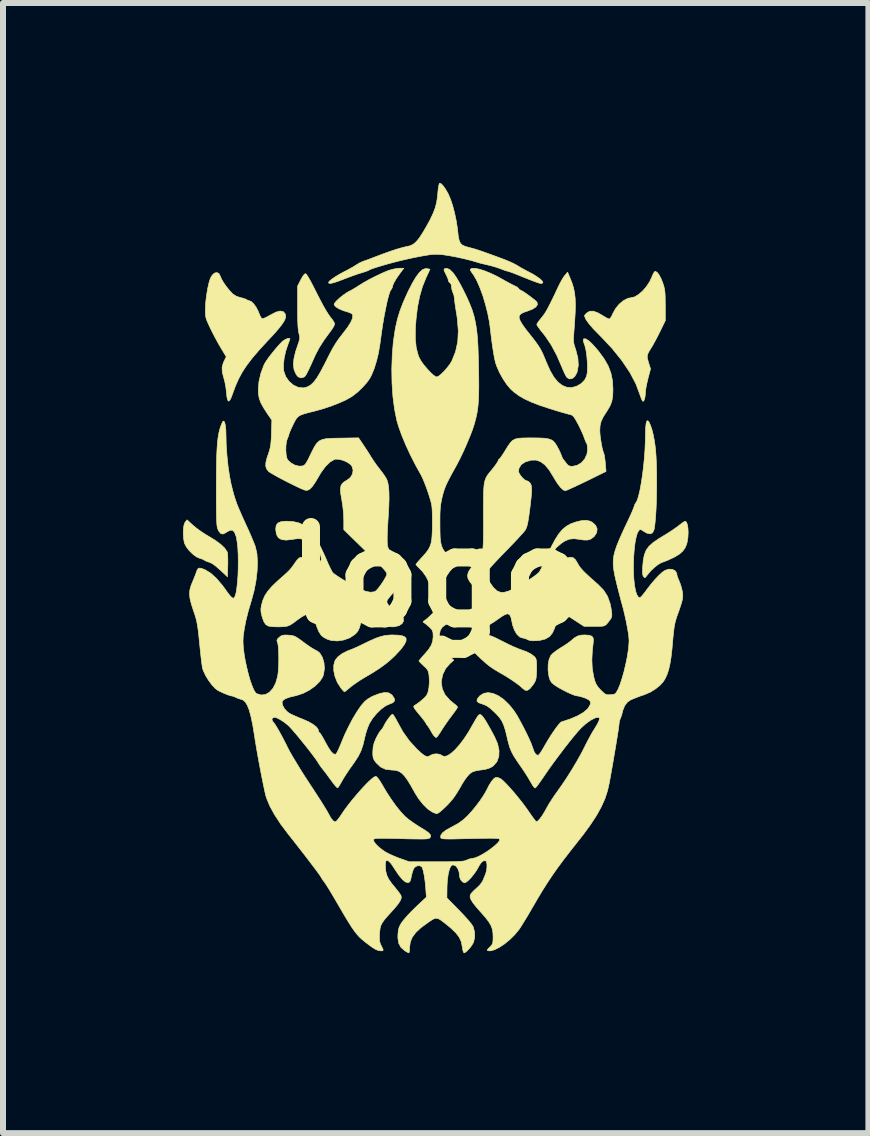
<source format=kicad_pcb>
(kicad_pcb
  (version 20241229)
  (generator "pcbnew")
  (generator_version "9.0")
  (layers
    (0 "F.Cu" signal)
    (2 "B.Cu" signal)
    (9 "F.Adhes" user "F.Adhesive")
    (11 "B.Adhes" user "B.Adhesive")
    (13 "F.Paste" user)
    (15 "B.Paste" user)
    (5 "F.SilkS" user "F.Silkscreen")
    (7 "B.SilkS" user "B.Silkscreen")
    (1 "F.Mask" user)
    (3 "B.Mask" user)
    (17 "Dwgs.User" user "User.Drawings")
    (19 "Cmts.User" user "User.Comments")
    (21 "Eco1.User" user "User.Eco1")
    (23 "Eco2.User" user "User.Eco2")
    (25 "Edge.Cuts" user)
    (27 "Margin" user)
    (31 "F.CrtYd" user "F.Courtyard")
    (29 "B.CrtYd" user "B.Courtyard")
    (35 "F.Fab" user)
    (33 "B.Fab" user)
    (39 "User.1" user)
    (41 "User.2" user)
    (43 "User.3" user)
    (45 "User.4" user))
  (footprint "logo"
    (layer "F.Cu")
    (at 4.239 6.57)
    (property "Reference" "logo" (at 0 0 0) (layer "F.SilkS") (effects (font (size 1.524 1.524) (thickness 0.3))))
    (attr through_hole)
    (fp_poly (pts (xy -4.071 -0.862) (xy -4.009 -0.811) (xy -3.931 -0.755) (xy -3.849 -0.702) (xy -3.82 -0.685) (xy -3.703 -0.614) (xy -3.609 -0.545) (xy -3.542 -0.481) (xy -3.504 -0.424) (xy -3.496 -0.401) (xy -3.493 -0.361) (xy -3.491 -0.297) (xy -3.491 -0.221) (xy -3.492 -0.176) (xy -3.497 -0.004) (xy -3.62 -0.119) (xy -3.693 -0.183) (xy -3.753 -0.226) (xy -3.797 -0.246) (xy -3.844 -0.261) (xy -3.878 -0.279) (xy -3.912 -0.298) (xy -3.959 -0.313) (xy -3.96 -0.313) (xy -4.014 -0.337) (xy -4.075 -0.382) (xy -4.134 -0.44) (xy -4.182 -0.502) (xy -4.212 -0.56) (xy -4.215 -0.567) (xy -4.228 -0.64) (xy -4.234 -0.721) (xy -4.232 -0.8) (xy -4.222 -0.867) (xy -4.205 -0.912) (xy -4.202 -0.915) (xy -4.171 -0.954) (xy -4.071 -0.862)) (stroke (width 0.01) (type solid)) (fill yes) (layer "F.SilkS"))
    (fp_poly (pts (xy 4.154 -0.916) (xy 4.17 -0.874) (xy 4.18 -0.813) (xy 4.183 -0.74) (xy 4.179 -0.661) (xy 4.167 -0.585) (xy 4.158 -0.549) (xy 4.132 -0.487) (xy 4.093 -0.433) (xy 4.037 -0.383) (xy 3.958 -0.335) (xy 3.855 -0.286) (xy 3.73 -0.237) (xy 3.681 -0.209) (xy 3.622 -0.162) (xy 3.561 -0.105) (xy 3.509 -0.044) (xy 3.496 -0.027) (xy 3.472 0.004) (xy 3.456 0.009) (xy 3.439 -0.007) (xy 3.427 -0.033) (xy 3.422 -0.077) (xy 3.423 -0.147) (xy 3.425 -0.174) (xy 3.435 -0.286) (xy 3.454 -0.376) (xy 3.484 -0.45) (xy 3.531 -0.514) (xy 3.599 -0.575) (xy 3.691 -0.638) (xy 3.769 -0.686) (xy 3.848 -0.734) (xy 3.927 -0.786) (xy 3.994 -0.833) (xy 4.027 -0.858) (xy 4.075 -0.895) (xy 4.113 -0.921) (xy 4.133 -0.931) (xy 4.133 -0.931) (xy 4.154 -0.916)) (stroke (width 0.01) (type solid)) (fill yes) (layer "F.SilkS"))
    (fp_poly (pts (xy -0.648 0.969) (xy -0.58 0.98) (xy -0.538 0.999) (xy -0.519 1.024) (xy -0.52 1.067) (xy -0.549 1.126) (xy -0.605 1.202) (xy -0.688 1.292) (xy -0.705 1.31) (xy -0.782 1.382) (xy -0.862 1.448) (xy -0.952 1.514) (xy -1.059 1.584) (xy -1.189 1.661) (xy -1.225 1.682) (xy -1.299 1.728) (xy -1.374 1.779) (xy -1.437 1.825) (xy -1.452 1.839) (xy -1.497 1.876) (xy -1.531 1.903) (xy -1.546 1.913) (xy -1.561 1.901) (xy -1.589 1.87) (xy -1.609 1.845) (xy -1.665 1.757) (xy -1.704 1.659) (xy -1.725 1.56) (xy -1.725 1.468) (xy -1.704 1.392) (xy -1.703 1.39) (xy -1.657 1.331) (xy -1.585 1.276) (xy -1.496 1.231) (xy -1.469 1.221) (xy -1.412 1.199) (xy -1.339 1.167) (xy -1.261 1.13) (xy -1.236 1.118) (xy -1.117 1.06) (xy -1.02 1.018) (xy -0.938 0.99) (xy -0.863 0.973) (xy -0.788 0.966) (xy -0.746 0.965) (xy -0.648 0.969)) (stroke (width 0.01) (type solid)) (fill yes) (layer "F.SilkS"))
    (fp_poly (pts (xy 0.803 0.966) (xy 0.846 0.969) (xy 0.885 0.978) (xy 0.929 0.994) (xy 0.986 1.02) (xy 1.062 1.059) (xy 1.094 1.075) (xy 1.18 1.118) (xy 1.265 1.158) (xy 1.34 1.19) (xy 1.396 1.211) (xy 1.402 1.213) (xy 1.492 1.246) (xy 1.568 1.286) (xy 1.623 1.329) (xy 1.643 1.356) (xy 1.653 1.393) (xy 1.657 1.458) (xy 1.657 1.544) (xy 1.657 1.556) (xy 1.653 1.633) (xy 1.648 1.686) (xy 1.638 1.725) (xy 1.621 1.76) (xy 1.594 1.8) (xy 1.591 1.804) (xy 1.543 1.862) (xy 1.502 1.889) (xy 1.464 1.886) (xy 1.424 1.855) (xy 1.422 1.853) (xy 1.38 1.815) (xy 1.315 1.766) (xy 1.234 1.71) (xy 1.145 1.653) (xy 1.054 1.6) (xy 1.033 1.588) (xy 0.954 1.541) (xy 0.882 1.493) (xy 0.812 1.437) (xy 0.733 1.366) (xy 0.663 1.299) (xy 0.587 1.219) (xy 0.529 1.146) (xy 0.492 1.085) (xy 0.478 1.039) (xy 0.48 1.024) (xy 0.506 1.001) (xy 0.56 0.983) (xy 0.638 0.971) (xy 0.734 0.965) (xy 0.75 0.965) (xy 0.803 0.966)) (stroke (width 0.01) (type solid)) (fill yes) (layer "F.SilkS"))
    (fp_poly (pts (xy -2.184 -5.049) (xy -2.158 -5.013) (xy -2.121 -4.949) (xy -2.072 -4.857) (xy -2.012 -4.738) (xy -1.95 -4.617) (xy -1.893 -4.51) (xy -1.842 -4.423) (xy -1.801 -4.36) (xy -1.78 -4.332) (xy -1.743 -4.285) (xy -1.718 -4.243) (xy -1.71 -4.22) (xy -1.72 -4.19) (xy -1.746 -4.144) (xy -1.784 -4.091) (xy -1.787 -4.087) (xy -1.886 -3.952) (xy -1.965 -3.829) (xy -2.029 -3.708) (xy -2.044 -3.675) (xy -2.093 -3.565) (xy -2.131 -3.483) (xy -2.16 -3.423) (xy -2.181 -3.382) (xy -2.197 -3.357) (xy -2.21 -3.342) (xy -2.221 -3.334) (xy -2.272 -3.32) (xy -2.317 -3.338) (xy -2.334 -3.354) (xy -2.359 -3.392) (xy -2.382 -3.446) (xy -2.388 -3.464) (xy -2.398 -3.543) (xy -2.389 -3.64) (xy -2.361 -3.759) (xy -2.325 -3.866) (xy -2.304 -3.929) (xy -2.293 -3.973) (xy -2.293 -4.009) (xy -2.302 -4.049) (xy -2.306 -4.062) (xy -2.315 -4.11) (xy -2.322 -4.183) (xy -2.326 -4.283) (xy -2.328 -4.413) (xy -2.328 -4.496) (xy -2.328 -4.851) (xy -2.276 -4.953) (xy -2.247 -5.005) (xy -2.219 -5.044) (xy -2.199 -5.059) (xy -2.184 -5.049)) (stroke (width 0.01) (type solid)) (fill yes) (layer "F.SilkS"))
    (fp_poly (pts (xy 2.215 -4.984) (xy 2.248 -4.9) (xy 2.273 -4.818) (xy 2.29 -4.734) (xy 2.3 -4.641) (xy 2.303 -4.534) (xy 2.3 -4.408) (xy 2.291 -4.258) (xy 2.284 -4.159) (xy 2.277 -4.064) (xy 2.272 -3.995) (xy 2.272 -3.943) (xy 2.276 -3.902) (xy 2.285 -3.862) (xy 2.3 -3.817) (xy 2.309 -3.789) (xy 2.344 -3.654) (xy 2.352 -3.53) (xy 2.333 -3.422) (xy 2.326 -3.403) (xy 2.292 -3.343) (xy 2.249 -3.309) (xy 2.204 -3.303) (xy 2.163 -3.326) (xy 2.146 -3.352) (xy 2.121 -3.401) (xy 2.093 -3.464) (xy 2.082 -3.491) (xy 1.993 -3.696) (xy 1.9 -3.87) (xy 1.801 -4.017) (xy 1.771 -4.055) (xy 1.724 -4.113) (xy 1.687 -4.163) (xy 1.665 -4.198) (xy 1.659 -4.21) (xy 1.67 -4.233) (xy 1.697 -4.272) (xy 1.735 -4.319) (xy 1.737 -4.321) (xy 1.766 -4.358) (xy 1.796 -4.4) (xy 1.826 -4.45) (xy 1.861 -4.515) (xy 1.902 -4.597) (xy 1.953 -4.701) (xy 2.014 -4.832) (xy 2.015 -4.834) (xy 2.05 -4.904) (xy 2.086 -4.969) (xy 2.118 -5.018) (xy 2.125 -5.026) (xy 2.173 -5.083) (xy 2.215 -4.984)) (stroke (width 0.01) (type solid)) (fill yes) (layer "F.SilkS"))
    (fp_poly (pts (xy 3.665 -5.081) (xy 3.7 -5.036) (xy 3.735 -4.967) (xy 3.762 -4.897) (xy 3.778 -4.847) (xy 3.789 -4.8) (xy 3.796 -4.747) (xy 3.8 -4.68) (xy 3.801 -4.592) (xy 3.802 -4.529) (xy 3.802 -4.275) (xy 3.714 -4.094) (xy 3.673 -4.012) (xy 3.63 -3.931) (xy 3.592 -3.862) (xy 3.569 -3.824) (xy 3.53 -3.761) (xy 3.508 -3.715) (xy 3.5 -3.677) (xy 3.506 -3.634) (xy 3.522 -3.577) (xy 3.523 -3.574) (xy 3.556 -3.47) (xy 3.513 -3.308) (xy 3.495 -3.232) (xy 3.481 -3.162) (xy 3.473 -3.108) (xy 3.471 -3.091) (xy 3.467 -3.025) (xy 3.457 -2.971) (xy 3.443 -2.937) (xy 3.431 -2.929) (xy 3.417 -2.944) (xy 3.399 -2.984) (xy 3.381 -3.035) (xy 3.312 -3.22) (xy 3.211 -3.412) (xy 3.078 -3.609) (xy 2.917 -3.81) (xy 2.726 -4.013) (xy 2.706 -4.033) (xy 2.601 -4.14) (xy 2.525 -4.229) (xy 2.476 -4.299) (xy 2.456 -4.35) (xy 2.455 -4.359) (xy 2.466 -4.375) (xy 2.492 -4.402) (xy 2.541 -4.431) (xy 2.6 -4.433) (xy 2.672 -4.408) (xy 2.741 -4.369) (xy 2.795 -4.336) (xy 2.84 -4.312) (xy 2.866 -4.301) (xy 2.868 -4.301) (xy 2.885 -4.315) (xy 2.909 -4.353) (xy 2.926 -4.391) (xy 2.973 -4.476) (xy 3.035 -4.551) (xy 3.106 -4.61) (xy 3.179 -4.647) (xy 3.233 -4.657) (xy 3.292 -4.671) (xy 3.357 -4.711) (xy 3.425 -4.77) (xy 3.488 -4.843) (xy 3.541 -4.924) (xy 3.575 -4.996) (xy 3.597 -5.048) (xy 3.618 -5.085) (xy 3.633 -5.097) (xy 3.665 -5.081)) (stroke (width 0.01) (type solid)) (fill yes) (layer "F.SilkS"))
    (fp_poly (pts (xy -3.637 -5.057) (xy -3.615 -5.012) (xy -3.615 -5.012) (xy -3.597 -4.969) (xy -3.563 -4.91) (xy -3.517 -4.845) (xy -3.466 -4.781) (xy -3.416 -4.727) (xy -3.409 -4.72) (xy -3.348 -4.681) (xy -3.279 -4.659) (xy -3.227 -4.646) (xy -3.188 -4.631) (xy -3.179 -4.625) (xy -3.146 -4.608) (xy -3.131 -4.606) (xy -3.097 -4.591) (xy -3.058 -4.552) (xy -3.018 -4.496) (xy -2.984 -4.43) (xy -2.973 -4.402) (xy -2.952 -4.352) (xy -2.931 -4.317) (xy -2.92 -4.307) (xy -2.896 -4.311) (xy -2.852 -4.33) (xy -2.797 -4.36) (xy -2.783 -4.368) (xy -2.692 -4.415) (xy -2.621 -4.435) (xy -2.57 -4.427) (xy -2.537 -4.392) (xy -2.533 -4.381) (xy -2.527 -4.348) (xy -2.533 -4.31) (xy -2.554 -4.265) (xy -2.591 -4.209) (xy -2.645 -4.14) (xy -2.72 -4.054) (xy -2.818 -3.949) (xy -2.845 -3.92) (xy -2.977 -3.776) (xy -3.086 -3.648) (xy -3.176 -3.53) (xy -3.25 -3.418) (xy -3.311 -3.304) (xy -3.364 -3.185) (xy -3.405 -3.073) (xy -3.435 -2.993) (xy -3.459 -2.946) (xy -3.479 -2.932) (xy -3.494 -2.951) (xy -3.506 -3.004) (xy -3.514 -3.077) (xy -3.523 -3.159) (xy -3.538 -3.241) (xy -3.555 -3.308) (xy -3.558 -3.318) (xy -3.583 -3.414) (xy -3.587 -3.494) (xy -3.567 -3.57) (xy -3.553 -3.6) (xy -3.517 -3.673) (xy -3.604 -3.816) (xy -3.649 -3.893) (xy -3.701 -3.988) (xy -3.751 -4.085) (xy -3.779 -4.142) (xy -3.816 -4.221) (xy -3.841 -4.278) (xy -3.856 -4.324) (xy -3.863 -4.367) (xy -3.865 -4.418) (xy -3.865 -4.475) (xy -3.859 -4.584) (xy -3.845 -4.701) (xy -3.826 -4.814) (xy -3.803 -4.914) (xy -3.782 -4.981) (xy -3.749 -5.036) (xy -3.71 -5.069) (xy -3.67 -5.076) (xy -3.637 -5.057)) (stroke (width 0.01) (type solid)) (fill yes) (layer "F.SilkS"))
    (fp_poly (pts (xy -0.73 2.3) (xy -0.706 2.338) (xy -0.676 2.391) (xy -0.667 2.409) (xy -0.571 2.582) (xy -0.466 2.729) (xy -0.347 2.86) (xy -0.331 2.876) (xy -0.264 2.937) (xy -0.215 2.974) (xy -0.178 2.992) (xy -0.146 2.991) (xy -0.115 2.974) (xy -0.111 2.971) (xy -0.066 2.952) (xy -0.008 2.947) (xy 0.045 2.956) (xy 0.075 2.974) (xy 0.114 2.991) (xy 0.166 2.98) (xy 0.227 2.942) (xy 0.295 2.882) (xy 0.369 2.799) (xy 0.446 2.698) (xy 0.523 2.58) (xy 0.575 2.489) (xy 0.614 2.421) (xy 0.648 2.362) (xy 0.675 2.32) (xy 0.687 2.304) (xy 0.703 2.292) (xy 0.721 2.292) (xy 0.742 2.307) (xy 0.769 2.339) (xy 0.804 2.391) (xy 0.848 2.466) (xy 0.904 2.566) (xy 0.953 2.657) (xy 1.006 2.777) (xy 1.03 2.889) (xy 1.027 2.989) (xy 0.996 3.076) (xy 0.937 3.145) (xy 0.916 3.161) (xy 0.864 3.187) (xy 0.8 3.206) (xy 0.782 3.209) (xy 0.698 3.22) (xy 0.64 3.231) (xy 0.599 3.243) (xy 0.567 3.26) (xy 0.537 3.284) (xy 0.534 3.287) (xy 0.499 3.326) (xy 0.456 3.384) (xy 0.414 3.451) (xy 0.405 3.468) (xy 0.363 3.541) (xy 0.317 3.615) (xy 0.276 3.676) (xy 0.27 3.684) (xy 0.229 3.734) (xy 0.179 3.79) (xy 0.124 3.844) (xy 0.072 3.892) (xy 0.028 3.927) (xy -0.001 3.944) (xy -0.006 3.945) (xy -0.033 3.938) (xy -0.075 3.92) (xy -0.083 3.917) (xy -0.158 3.866) (xy -0.236 3.789) (xy -0.312 3.693) (xy -0.371 3.598) (xy -0.438 3.479) (xy -0.494 3.387) (xy -0.543 3.319) (xy -0.589 3.271) (xy -0.634 3.241) (xy -0.682 3.224) (xy -0.736 3.218) (xy -0.759 3.217) (xy -0.861 3.205) (xy -0.944 3.166) (xy -1.016 3.098) (xy -1.02 3.093) (xy -1.051 3.051) (xy -1.067 3.014) (xy -1.074 2.968) (xy -1.074 2.913) (xy -1.069 2.834) (xy -1.051 2.762) (xy -1.022 2.692) (xy -0.992 2.634) (xy -0.964 2.586) (xy -0.942 2.558) (xy -0.942 2.558) (xy -0.914 2.526) (xy -0.89 2.482) (xy -0.866 2.436) (xy -0.834 2.386) (xy -0.799 2.338) (xy -0.768 2.302) (xy -0.747 2.286) (xy -0.745 2.286) (xy -0.73 2.3)) (stroke (width 0.01) (type solid)) (fill yes) (layer "F.SilkS"))
    (fp_poly (pts (xy 0.061 -6.56) (xy 0.094 -6.528) (xy 0.133 -6.474) (xy 0.176 -6.402) (xy 0.186 -6.382) (xy 0.222 -6.297) (xy 0.258 -6.189) (xy 0.29 -6.066) (xy 0.317 -5.937) (xy 0.336 -5.814) (xy 0.34 -5.779) (xy 0.351 -5.682) (xy 0.365 -5.613) (xy 0.386 -5.566) (xy 0.418 -5.535) (xy 0.465 -5.513) (xy 0.528 -5.495) (xy 0.58 -5.482) (xy 0.636 -5.466) (xy 0.701 -5.445) (xy 0.78 -5.418) (xy 0.877 -5.383) (xy 0.997 -5.339) (xy 1.118 -5.294) (xy 1.192 -5.264) (xy 1.263 -5.232) (xy 1.318 -5.203) (xy 1.33 -5.196) (xy 1.384 -5.163) (xy 1.451 -5.126) (xy 1.49 -5.105) (xy 1.587 -5.054) (xy 1.664 -5.006) (xy 1.721 -4.964) (xy 1.754 -4.931) (xy 1.762 -4.907) (xy 1.743 -4.895) (xy 1.727 -4.894) (xy 1.701 -4.9) (xy 1.649 -4.917) (xy 1.579 -4.943) (xy 1.496 -4.976) (xy 1.448 -4.995) (xy 1.362 -5.03) (xy 1.287 -5.06) (xy 1.228 -5.082) (xy 1.191 -5.095) (xy 1.182 -5.097) (xy 1.157 -5.103) (xy 1.111 -5.118) (xy 1.06 -5.138) (xy 0.986 -5.164) (xy 0.9 -5.189) (xy 0.838 -5.204) (xy 0.77 -5.22) (xy 0.709 -5.235) (xy 0.669 -5.247) (xy 0.568 -5.277) (xy 0.447 -5.307) (xy 0.32 -5.335) (xy 0.197 -5.358) (xy 0.09 -5.374) (xy 0.051 -5.378) (xy -0.001 -5.381) (xy -0.053 -5.38) (xy -0.112 -5.375) (xy -0.184 -5.364) (xy -0.276 -5.348) (xy -0.388 -5.326) (xy -0.493 -5.303) (xy -0.606 -5.277) (xy -0.721 -5.248) (xy -0.832 -5.218) (xy -0.935 -5.188) (xy -1.023 -5.161) (xy -1.092 -5.138) (xy -1.134 -5.119) (xy -1.143 -5.114) (xy -1.167 -5.103) (xy -1.214 -5.087) (xy -1.262 -5.072) (xy -1.32 -5.054) (xy -1.398 -5.027) (xy -1.485 -4.995) (xy -1.553 -4.969) (xy -1.655 -4.93) (xy -1.729 -4.906) (xy -1.779 -4.895) (xy -1.805 -4.898) (xy -1.812 -4.911) (xy -1.797 -4.933) (xy -1.758 -4.966) (xy -1.698 -5.007) (xy -1.623 -5.052) (xy -1.539 -5.097) (xy -1.532 -5.1) (xy -1.464 -5.136) (xy -1.402 -5.171) (xy -1.356 -5.2) (xy -1.346 -5.206) (xy -1.295 -5.237) (xy -1.236 -5.263) (xy -1.228 -5.266) (xy -1.178 -5.283) (xy -1.111 -5.308) (xy -1.04 -5.336) (xy -1.033 -5.338) (xy -0.913 -5.384) (xy -0.795 -5.426) (xy -0.686 -5.463) (xy -0.592 -5.49) (xy -0.521 -5.508) (xy -0.503 -5.511) (xy -0.448 -5.524) (xy -0.399 -5.549) (xy -0.351 -5.59) (xy -0.301 -5.65) (xy -0.245 -5.735) (xy -0.189 -5.83) (xy -0.121 -5.953) (xy -0.071 -6.058) (xy -0.035 -6.151) (xy -0.011 -6.241) (xy 0.004 -6.337) (xy 0.009 -6.397) (xy 0.016 -6.467) (xy 0.025 -6.523) (xy 0.034 -6.558) (xy 0.039 -6.565) (xy 0.061 -6.56)) (stroke (width 0.01) (type solid)) (fill yes) (layer "F.SilkS"))
    (fp_poly (pts (xy 0.214 -5.122) (xy 0.264 -5.072) (xy 0.32 -4.993) (xy 0.383 -4.884) (xy 0.431 -4.792) (xy 0.491 -4.67) (xy 0.54 -4.559) (xy 0.581 -4.455) (xy 0.613 -4.351) (xy 0.637 -4.244) (xy 0.656 -4.128) (xy 0.67 -3.997) (xy 0.679 -3.848) (xy 0.685 -3.674) (xy 0.689 -3.502) (xy 0.692 -3.325) (xy 0.693 -3.176) (xy 0.691 -3.052) (xy 0.687 -2.947) (xy 0.68 -2.856) (xy 0.67 -2.775) (xy 0.656 -2.7) (xy 0.638 -2.624) (xy 0.616 -2.545) (xy 0.587 -2.456) (xy 0.545 -2.347) (xy 0.494 -2.225) (xy 0.439 -2.1) (xy 0.382 -1.981) (xy 0.328 -1.875) (xy 0.316 -1.854) (xy 0.252 -1.739) (xy 0.203 -1.647) (xy 0.165 -1.572) (xy 0.137 -1.51) (xy 0.116 -1.454) (xy 0.099 -1.398) (xy 0.083 -1.338) (xy 0.068 -1.269) (xy 0.057 -1.206) (xy 0.05 -1.138) (xy 0.046 -1.058) (xy 0.045 -0.958) (xy 0.045 -0.889) (xy 0.046 -0.761) (xy 0.049 -0.661) (xy 0.057 -0.583) (xy 0.071 -0.521) (xy 0.092 -0.471) (xy 0.122 -0.425) (xy 0.162 -0.378) (xy 0.196 -0.344) (xy 0.251 -0.288) (xy 0.282 -0.247) (xy 0.289 -0.212) (xy 0.274 -0.176) (xy 0.236 -0.128) (xy 0.208 -0.095) (xy 0.125 0.022) (xy 0.07 0.16) (xy 0.04 0.319) (xy 0.036 0.478) (xy 0.04 0.552) (xy 0.047 0.603) (xy 0.063 0.64) (xy 0.093 0.672) (xy 0.142 0.709) (xy 0.172 0.73) (xy 0.211 0.757) (xy 0.141 0.793) (xy 0.084 0.835) (xy 0.049 0.892) (xy 0.035 0.972) (xy 0.034 1.006) (xy 0.04 1.092) (xy 0.062 1.161) (xy 0.104 1.224) (xy 0.171 1.292) (xy 0.172 1.293) (xy 0.276 1.385) (xy 0.212 1.442) (xy 0.14 1.525) (xy 0.091 1.626) (xy 0.069 1.735) (xy 0.068 1.758) (xy 0.084 1.864) (xy 0.131 1.963) (xy 0.212 2.055) (xy 0.275 2.106) (xy 0.313 2.137) (xy 0.336 2.161) (xy 0.339 2.168) (xy 0.329 2.188) (xy 0.303 2.227) (xy 0.265 2.279) (xy 0.246 2.304) (xy 0.19 2.379) (xy 0.13 2.465) (xy 0.078 2.544) (xy 0.075 2.549) (xy 0.039 2.606) (xy 0.008 2.649) (xy -0.012 2.673) (xy -0.016 2.675) (xy -0.036 2.664) (xy -0.055 2.646) (xy -0.08 2.611) (xy -0.107 2.564) (xy -0.11 2.558) (xy -0.136 2.513) (xy -0.16 2.479) (xy -0.163 2.476) (xy -0.183 2.451) (xy -0.186 2.44) (xy -0.196 2.423) (xy -0.224 2.385) (xy -0.264 2.334) (xy -0.298 2.293) (xy -0.348 2.232) (xy -0.378 2.192) (xy -0.391 2.166) (xy -0.39 2.151) (xy -0.38 2.142) (xy -0.32 2.102) (xy -0.258 2.053) (xy -0.205 2.005) (xy -0.18 1.976) (xy -0.154 1.921) (xy -0.138 1.84) (xy -0.131 1.743) (xy -0.136 1.644) (xy -0.144 1.59) (xy -0.159 1.552) (xy -0.188 1.515) (xy -0.225 1.481) (xy -0.266 1.442) (xy -0.295 1.412) (xy -0.305 1.398) (xy -0.294 1.382) (xy -0.266 1.348) (xy -0.225 1.301) (xy -0.21 1.285) (xy -0.143 1.206) (xy -0.1 1.138) (xy -0.076 1.071) (xy -0.068 0.997) (xy -0.068 0.981) (xy -0.071 0.925) (xy -0.084 0.886) (xy -0.113 0.85) (xy -0.123 0.841) (xy -0.165 0.803) (xy -0.203 0.773) (xy -0.212 0.767) (xy -0.236 0.75) (xy -0.23 0.737) (xy -0.212 0.726) (xy -0.179 0.701) (xy -0.137 0.664) (xy -0.121 0.649) (xy -0.063 0.592) (xy -0.071 0.41) (xy -0.077 0.321) (xy -0.085 0.252) (xy -0.099 0.193) (xy -0.121 0.131) (xy -0.136 0.093) (xy -0.184 -0.005) (xy -0.237 -0.081) (xy -0.274 -0.122) (xy -0.315 -0.163) (xy -0.345 -0.195) (xy -0.356 -0.211) (xy -0.345 -0.226) (xy -0.316 -0.261) (xy -0.273 -0.309) (xy -0.238 -0.347) (xy -0.188 -0.404) (xy -0.15 -0.455) (xy -0.122 -0.508) (xy -0.102 -0.567) (xy -0.09 -0.639) (xy -0.084 -0.729) (xy -0.081 -0.843) (xy -0.081 -0.932) (xy -0.082 -1.032) (xy -0.084 -1.108) (xy -0.088 -1.167) (xy -0.096 -1.22) (xy -0.11 -1.275) (xy -0.13 -1.341) (xy -0.151 -1.406) (xy -0.182 -1.495) (xy -0.215 -1.58) (xy -0.245 -1.652) (xy -0.27 -1.702) (xy -0.27 -1.702) (xy -0.36 -1.864) (xy -0.446 -2.032) (xy -0.524 -2.201) (xy -0.591 -2.362) (xy -0.644 -2.509) (xy -0.675 -2.616) (xy -0.712 -2.801) (xy -0.739 -3.01) (xy -0.754 -3.235) (xy -0.758 -3.467) (xy -0.75 -3.699) (xy -0.732 -3.922) (xy -0.701 -4.129) (xy -0.693 -4.17) (xy -0.662 -4.306) (xy -0.622 -4.436) (xy -0.571 -4.57) (xy -0.506 -4.718) (xy -0.483 -4.767) (xy -0.414 -4.901) (xy -0.353 -5.004) (xy -0.297 -5.078) (xy -0.246 -5.124) (xy -0.197 -5.143) (xy -0.162 -5.141) (xy -0.121 -5.131) (xy -0.186 -4.991) (xy -0.246 -4.843) (xy -0.293 -4.681) (xy -0.329 -4.501) (xy -0.353 -4.297) (xy -0.364 -4.157) (xy -0.366 -3.977) (xy -0.35 -3.822) (xy -0.316 -3.693) (xy -0.296 -3.647) (xy -0.264 -3.592) (xy -0.219 -3.531) (xy -0.166 -3.469) (xy -0.113 -3.412) (xy -0.064 -3.367) (xy -0.025 -3.341) (xy -0.009 -3.336) (xy 0.022 -3.349) (xy 0.065 -3.383) (xy 0.116 -3.432) (xy 0.166 -3.49) (xy 0.211 -3.549) (xy 0.243 -3.601) (xy 0.305 -3.756) (xy 0.342 -3.923) (xy 0.351 -4.105) (xy 0.335 -4.305) (xy 0.324 -4.38) (xy 0.31 -4.465) (xy 0.298 -4.543) (xy 0.29 -4.606) (xy 0.287 -4.642) (xy 0.279 -4.696) (xy 0.262 -4.741) (xy 0.245 -4.79) (xy 0.238 -4.839) (xy 0.23 -4.884) (xy 0.212 -4.905) (xy 0.189 -4.928) (xy 0.186 -4.942) (xy 0.179 -4.972) (xy 0.159 -5.019) (xy 0.143 -5.051) (xy 0.12 -5.098) (xy 0.112 -5.124) (xy 0.119 -5.138) (xy 0.128 -5.142) (xy 0.169 -5.145) (xy 0.214 -5.122)) (stroke (width 0.01) (type solid)) (fill yes) (layer "F.SilkS"))
    (fp_poly (pts (xy -0.624 -5.059) (xy -0.678 -4.982) (xy -0.718 -4.915) (xy -0.741 -4.863) (xy -0.745 -4.841) (xy -0.756 -4.812) (xy -0.769 -4.793) (xy -0.788 -4.759) (xy -0.809 -4.694) (xy -0.833 -4.604) (xy -0.857 -4.491) (xy -0.883 -4.36) (xy -0.908 -4.215) (xy -0.931 -4.06) (xy -0.953 -3.898) (xy -0.956 -3.878) (xy -0.979 -3.74) (xy -1.012 -3.602) (xy -1.052 -3.473) (xy -1.097 -3.364) (xy -1.124 -3.313) (xy -1.175 -3.241) (xy -1.246 -3.163) (xy -1.325 -3.086) (xy -1.405 -3.023) (xy -1.431 -3.005) (xy -1.518 -2.956) (xy -1.63 -2.905) (xy -1.757 -2.855) (xy -1.89 -2.81) (xy -2.02 -2.773) (xy -2.04 -2.768) (xy -2.144 -2.742) (xy -2.22 -2.721) (xy -2.275 -2.701) (xy -2.315 -2.678) (xy -2.344 -2.647) (xy -2.37 -2.607) (xy -2.397 -2.553) (xy -2.405 -2.537) (xy -2.435 -2.474) (xy -2.458 -2.42) (xy -2.471 -2.385) (xy -2.472 -2.378) (xy -2.48 -2.349) (xy -2.497 -2.31) (xy -2.498 -2.309) (xy -2.513 -2.26) (xy -2.522 -2.192) (xy -2.524 -2.116) (xy -2.519 -2.043) (xy -2.507 -1.984) (xy -2.493 -1.953) (xy -2.438 -1.902) (xy -2.372 -1.866) (xy -2.305 -1.849) (xy -2.245 -1.852) (xy -2.214 -1.867) (xy -2.192 -1.892) (xy -2.164 -1.939) (xy -2.134 -1.997) (xy -2.134 -1.998) (xy -2.085 -2.099) (xy -2.045 -2.176) (xy -2.008 -2.231) (xy -1.967 -2.269) (xy -1.916 -2.293) (xy -1.851 -2.307) (xy -1.765 -2.313) (xy -1.653 -2.316) (xy -1.612 -2.316) (xy -1.312 -2.321) (xy -1.234 -2.206) (xy -1.188 -2.137) (xy -1.141 -2.064) (xy -1.104 -2.003) (xy -1.102 -2.001) (xy -1.065 -1.943) (xy -1.016 -1.873) (xy -0.964 -1.805) (xy -0.957 -1.796) (xy -0.911 -1.736) (xy -0.871 -1.678) (xy -0.844 -1.633) (xy -0.84 -1.624) (xy -0.823 -1.57) (xy -0.811 -1.502) (xy -0.805 -1.417) (xy -0.803 -1.31) (xy -0.807 -1.178) (xy -0.816 -1.017) (xy -0.819 -0.974) (xy -0.829 -0.812) (xy -0.834 -0.683) (xy -0.834 -0.588) (xy -0.83 -0.526) (xy -0.828 -0.518) (xy -0.804 -0.44) (xy -0.762 -0.357) (xy -0.71 -0.282) (xy -0.675 -0.244) (xy -0.634 -0.199) (xy -0.594 -0.141) (xy -0.562 -0.082) (xy -0.544 -0.032) (xy -0.542 -0.017) (xy -0.545 0.011) (xy -0.556 0.042) (xy -0.58 0.079) (xy -0.618 0.129) (xy -0.675 0.195) (xy -0.711 0.237) (xy -0.77 0.303) (xy -0.809 0.35) (xy -0.831 0.381) (xy -0.84 0.404) (xy -0.838 0.422) (xy -0.829 0.442) (xy -0.828 0.444) (xy -0.808 0.475) (xy -0.782 0.502) (xy -0.741 0.531) (xy -0.679 0.569) (xy -0.665 0.578) (xy -0.599 0.628) (xy -0.565 0.681) (xy -0.562 0.732) (xy -0.586 0.776) (xy -0.637 0.81) (xy -0.714 0.828) (xy -0.753 0.83) (xy -0.821 0.824) (xy -0.887 0.804) (xy -0.96 0.767) (xy -1.046 0.71) (xy -1.069 0.693) (xy -1.125 0.654) (xy -1.174 0.626) (xy -1.208 0.613) (xy -1.214 0.613) (xy -1.239 0.634) (xy -1.257 0.685) (xy -1.258 0.686) (xy -1.278 0.776) (xy -1.295 0.84) (xy -1.315 0.886) (xy -1.338 0.921) (xy -1.37 0.953) (xy -1.373 0.956) (xy -1.457 1.012) (xy -1.558 1.049) (xy -1.665 1.065) (xy -1.768 1.057) (xy -1.837 1.035) (xy -1.887 1.008) (xy -1.927 0.978) (xy -1.934 0.971) (xy -1.973 0.912) (xy -2.007 0.83) (xy -2.032 0.74) (xy -2.04 0.69) (xy -2.049 0.636) (xy -2.059 0.597) (xy -2.067 0.584) (xy -2.094 0.584) (xy -2.141 0.6) (xy -2.201 0.63) (xy -2.267 0.668) (xy -2.33 0.713) (xy -2.337 0.718) (xy -2.403 0.768) (xy -2.454 0.8) (xy -2.503 0.819) (xy -2.559 0.827) (xy -2.635 0.83) (xy -2.663 0.83) (xy -2.752 0.827) (xy -2.814 0.817) (xy -2.856 0.793) (xy -2.886 0.752) (xy -2.911 0.689) (xy -2.921 0.656) (xy -2.937 0.588) (xy -2.94 0.532) (xy -2.931 0.473) (xy -2.907 0.386) (xy -2.872 0.307) (xy -2.821 0.231) (xy -2.752 0.152) (xy -2.659 0.063) (xy -2.625 0.033) (xy -2.552 -0.031) (xy -2.499 -0.08) (xy -2.459 -0.12) (xy -2.427 -0.158) (xy -2.397 -0.199) (xy -2.37 -0.239) (xy -2.336 -0.285) (xy -2.303 -0.317) (xy -2.286 -0.327) (xy -2.255 -0.324) (xy -2.205 -0.309) (xy -2.148 -0.285) (xy -2.06 -0.251) (xy -1.995 -0.24) (xy -1.953 -0.253) (xy -1.934 -0.29) (xy -1.933 -0.292) (xy -1.94 -0.347) (xy -1.966 -0.413) (xy -2.007 -0.48) (xy -2.056 -0.536) (xy -2.066 -0.544) (xy -2.118 -0.579) (xy -2.184 -0.611) (xy -2.213 -0.621) (xy -2.267 -0.636) (xy -2.312 -0.641) (xy -2.365 -0.636) (xy -2.418 -0.627) (xy -2.52 -0.616) (xy -2.596 -0.625) (xy -2.649 -0.657) (xy -2.681 -0.712) (xy -2.692 -0.793) (xy -2.692 -0.807) (xy -2.684 -0.864) (xy -2.654 -0.902) (xy -2.601 -0.924) (xy -2.521 -0.931) (xy -2.508 -0.931) (xy -2.405 -0.925) (xy -2.313 -0.905) (xy -2.232 -0.869) (xy -2.157 -0.814) (xy -2.086 -0.737) (xy -2.017 -0.635) (xy -1.947 -0.507) (xy -1.873 -0.349) (xy -1.845 -0.285) (xy -1.812 -0.209) (xy -1.781 -0.144) (xy -1.756 -0.096) (xy -1.742 -0.073) (xy -1.711 -0.048) (xy -1.657 -0.011) (xy -1.588 0.033) (xy -1.509 0.08) (xy -1.429 0.126) (xy -1.354 0.167) (xy -1.292 0.198) (xy -1.194 0.237) (xy -1.115 0.253) (xy -1.053 0.246) (xy -1.032 0.237) (xy -1.005 0.213) (xy -0.968 0.168) (xy -0.927 0.112) (xy -0.888 0.052) (xy -0.857 -0.003) (xy -0.845 -0.029) (xy -0.841 -0.043) (xy -0.84 -0.057) (xy -0.847 -0.075) (xy -0.862 -0.098) (xy -0.889 -0.13) (xy -0.93 -0.174) (xy -0.988 -0.232) (xy -1.064 -0.307) (xy -1.161 -0.402) (xy -1.192 -0.433) (xy -1.558 -0.79) (xy -1.558 -0.953) (xy -1.562 -1.058) (xy -1.574 -1.176) (xy -1.591 -1.287) (xy -1.592 -1.293) (xy -1.609 -1.393) (xy -1.614 -1.467) (xy -1.605 -1.522) (xy -1.581 -1.562) (xy -1.54 -1.595) (xy -1.503 -1.616) (xy -1.447 -1.66) (xy -1.413 -1.718) (xy -1.403 -1.782) (xy -1.42 -1.843) (xy -1.443 -1.874) (xy -1.495 -1.912) (xy -1.562 -1.943) (xy -1.631 -1.962) (xy -1.691 -1.966) (xy -1.711 -1.962) (xy -1.786 -1.919) (xy -1.862 -1.845) (xy -1.938 -1.742) (xy -1.973 -1.682) (xy -2.031 -1.584) (xy -2.079 -1.514) (xy -2.121 -1.469) (xy -2.158 -1.448) (xy -2.194 -1.446) (xy -2.198 -1.447) (xy -2.238 -1.461) (xy -2.3 -1.488) (xy -2.377 -1.525) (xy -2.464 -1.568) (xy -2.554 -1.614) (xy -2.64 -1.659) (xy -2.715 -1.701) (xy -2.774 -1.735) (xy -2.809 -1.759) (xy -2.812 -1.762) (xy -2.844 -1.802) (xy -2.859 -1.848) (xy -2.857 -1.908) (xy -2.838 -1.986) (xy -2.816 -2.05) (xy -2.796 -2.111) (xy -2.782 -2.168) (xy -2.773 -2.232) (xy -2.767 -2.311) (xy -2.764 -2.396) (xy -2.757 -2.616) (xy -2.837 -2.732) (xy -2.898 -2.827) (xy -2.941 -2.906) (xy -2.967 -2.977) (xy -2.98 -3.049) (xy -2.983 -3.13) (xy -2.983 -3.131) (xy -2.972 -3.26) (xy -2.94 -3.397) (xy -2.893 -3.525) (xy -2.878 -3.557) (xy -2.849 -3.604) (xy -2.804 -3.668) (xy -2.748 -3.739) (xy -2.689 -3.811) (xy -2.633 -3.875) (xy -2.587 -3.923) (xy -2.574 -3.934) (xy -2.535 -3.96) (xy -2.496 -3.977) (xy -2.466 -3.981) (xy -2.455 -3.971) (xy -2.461 -3.953) (xy -2.476 -3.913) (xy -2.488 -3.88) (xy -2.527 -3.764) (xy -2.552 -3.647) (xy -2.564 -3.539) (xy -2.56 -3.447) (xy -2.558 -3.432) (xy -2.525 -3.34) (xy -2.47 -3.262) (xy -2.4 -3.202) (xy -2.32 -3.164) (xy -2.236 -3.154) (xy -2.209 -3.157) (xy -2.156 -3.174) (xy -2.106 -3.205) (xy -2.056 -3.253) (xy -2.004 -3.323) (xy -1.948 -3.417) (xy -1.884 -3.538) (xy -1.854 -3.597) (xy -1.794 -3.717) (xy -1.743 -3.813) (xy -1.694 -3.894) (xy -1.644 -3.968) (xy -1.587 -4.042) (xy -1.576 -4.056) (xy -1.495 -4.162) (xy -1.441 -4.248) (xy -1.412 -4.316) (xy -1.408 -4.366) (xy -1.411 -4.375) (xy -1.432 -4.395) (xy -1.474 -4.413) (xy -1.493 -4.419) (xy -1.571 -4.443) (xy -1.638 -4.472) (xy -1.689 -4.504) (xy -1.716 -4.535) (xy -1.719 -4.546) (xy -1.706 -4.573) (xy -1.671 -4.612) (xy -1.621 -4.658) (xy -1.563 -4.703) (xy -1.504 -4.744) (xy -1.458 -4.769) (xy -1.411 -4.794) (xy -1.351 -4.83) (xy -1.304 -4.861) (xy -1.228 -4.908) (xy -1.133 -4.961) (xy -1.029 -5.014) (xy -0.926 -5.063) (xy -0.836 -5.102) (xy -0.797 -5.116) (xy -0.73 -5.134) (xy -0.662 -5.146) (xy -0.632 -5.148) (xy -0.558 -5.148) (xy -0.624 -5.059)) (stroke (width 0.01) (type solid)) (fill yes) (layer "F.SilkS"))
    (fp_poly (pts (xy 0.632 -5.147) (xy 0.705 -5.132) (xy 0.792 -5.104) (xy 0.89 -5.064) (xy 0.993 -5.015) (xy 1.064 -4.976) (xy 1.139 -4.934) (xy 1.209 -4.896) (xy 1.265 -4.867) (xy 1.297 -4.852) (xy 1.335 -4.832) (xy 1.354 -4.814) (xy 1.355 -4.811) (xy 1.369 -4.793) (xy 1.385 -4.785) (xy 1.416 -4.769) (xy 1.464 -4.739) (xy 1.52 -4.699) (xy 1.576 -4.657) (xy 1.625 -4.619) (xy 1.657 -4.589) (xy 1.664 -4.58) (xy 1.67 -4.54) (xy 1.643 -4.502) (xy 1.587 -4.466) (xy 1.507 -4.435) (xy 1.44 -4.412) (xy 1.395 -4.388) (xy 1.369 -4.359) (xy 1.365 -4.321) (xy 1.383 -4.271) (xy 1.422 -4.206) (xy 1.483 -4.122) (xy 1.548 -4.04) (xy 1.615 -3.955) (xy 1.666 -3.886) (xy 1.705 -3.827) (xy 1.739 -3.767) (xy 1.771 -3.698) (xy 1.807 -3.611) (xy 1.818 -3.584) (xy 1.881 -3.442) (xy 1.945 -3.332) (xy 2.012 -3.251) (xy 2.084 -3.195) (xy 2.157 -3.165) (xy 2.238 -3.159) (xy 2.321 -3.18) (xy 2.397 -3.224) (xy 2.458 -3.285) (xy 2.49 -3.348) (xy 2.501 -3.406) (xy 2.505 -3.488) (xy 2.502 -3.584) (xy 2.494 -3.682) (xy 2.481 -3.775) (xy 2.463 -3.851) (xy 2.458 -3.866) (xy 2.439 -3.922) (xy 2.434 -3.954) (xy 2.44 -3.969) (xy 2.446 -3.973) (xy 2.481 -3.969) (xy 2.531 -3.935) (xy 2.594 -3.875) (xy 2.671 -3.787) (xy 2.687 -3.768) (xy 2.781 -3.64) (xy 2.85 -3.52) (xy 2.895 -3.401) (xy 2.921 -3.274) (xy 2.929 -3.132) (xy 2.929 -3.118) (xy 2.925 -3.015) (xy 2.911 -2.933) (xy 2.883 -2.858) (xy 2.838 -2.78) (xy 2.822 -2.756) (xy 2.767 -2.669) (xy 2.732 -2.596) (xy 2.715 -2.526) (xy 2.71 -2.449) (xy 2.71 -2.449) (xy 2.713 -2.385) (xy 2.722 -2.308) (xy 2.735 -2.228) (xy 2.749 -2.154) (xy 2.764 -2.097) (xy 2.773 -2.072) (xy 2.783 -2.041) (xy 2.792 -1.986) (xy 2.801 -1.919) (xy 2.802 -1.901) (xy 2.814 -1.761) (xy 2.487 -1.6) (xy 2.389 -1.553) (xy 2.3 -1.511) (xy 2.225 -1.477) (xy 2.17 -1.452) (xy 2.137 -1.44) (xy 2.133 -1.439) (xy 2.099 -1.454) (xy 2.055 -1.495) (xy 2.006 -1.558) (xy 1.955 -1.639) (xy 1.939 -1.667) (xy 1.867 -1.784) (xy 1.795 -1.87) (xy 1.723 -1.924) (xy 1.648 -1.95) (xy 1.567 -1.949) (xy 1.564 -1.948) (xy 1.469 -1.92) (xy 1.401 -1.875) (xy 1.363 -1.815) (xy 1.355 -1.761) (xy 1.366 -1.728) (xy 1.393 -1.687) (xy 1.429 -1.646) (xy 1.463 -1.617) (xy 1.483 -1.609) (xy 1.512 -1.598) (xy 1.541 -1.575) (xy 1.557 -1.553) (xy 1.568 -1.524) (xy 1.573 -1.482) (xy 1.573 -1.423) (xy 1.567 -1.344) (xy 1.556 -1.239) (xy 1.54 -1.109) (xy 1.525 -1) (xy 1.512 -0.92) (xy 1.499 -0.861) (xy 1.485 -0.819) (xy 1.47 -0.787) (xy 1.464 -0.779) (xy 1.441 -0.75) (xy 1.398 -0.702) (xy 1.339 -0.637) (xy 1.268 -0.562) (xy 1.188 -0.479) (xy 1.138 -0.428) (xy 1.057 -0.344) (xy 0.983 -0.266) (xy 0.919 -0.197) (xy 0.87 -0.143) (xy 0.839 -0.106) (xy 0.83 -0.093) (xy 0.818 -0.065) (xy 0.819 -0.035) (xy 0.834 0.006) (xy 0.847 0.035) (xy 0.883 0.099) (xy 0.929 0.164) (xy 0.949 0.187) (xy 1 0.232) (xy 1.055 0.254) (xy 1.118 0.254) (xy 1.196 0.231) (xy 1.293 0.186) (xy 1.297 0.184) (xy 1.382 0.137) (xy 1.47 0.084) (xy 1.553 0.031) (xy 1.624 -0.019) (xy 1.677 -0.06) (xy 1.698 -0.08) (xy 1.715 -0.107) (xy 1.742 -0.159) (xy 1.776 -0.229) (xy 1.815 -0.312) (xy 1.836 -0.36) (xy 1.903 -0.508) (xy 1.966 -0.626) (xy 2.026 -0.72) (xy 2.087 -0.792) (xy 2.152 -0.846) (xy 2.224 -0.887) (xy 2.3 -0.915) (xy 2.4 -0.94) (xy 2.48 -0.946) (xy 2.545 -0.933) (xy 2.583 -0.914) (xy 2.64 -0.863) (xy 2.665 -0.804) (xy 2.659 -0.742) (xy 2.62 -0.681) (xy 2.605 -0.667) (xy 2.557 -0.632) (xy 2.505 -0.617) (xy 2.438 -0.618) (xy 2.381 -0.627) (xy 2.283 -0.64) (xy 2.201 -0.632) (xy 2.125 -0.6) (xy 2.07 -0.564) (xy 1.985 -0.49) (xy 1.932 -0.417) (xy 1.908 -0.341) (xy 1.906 -0.317) (xy 1.908 -0.271) (xy 1.918 -0.25) (xy 1.943 -0.241) (xy 1.954 -0.24) (xy 2.003 -0.245) (xy 2.064 -0.268) (xy 2.081 -0.276) (xy 2.16 -0.315) (xy 2.219 -0.331) (xy 2.264 -0.324) (xy 2.302 -0.292) (xy 2.339 -0.232) (xy 2.35 -0.212) (xy 2.37 -0.178) (xy 2.399 -0.141) (xy 2.44 -0.096) (xy 2.497 -0.041) (xy 2.573 0.029) (xy 2.672 0.116) (xy 2.68 0.123) (xy 2.773 0.218) (xy 2.839 0.321) (xy 2.881 0.44) (xy 2.894 0.498) (xy 2.907 0.577) (xy 2.911 0.63) (xy 2.907 0.667) (xy 2.893 0.696) (xy 2.887 0.704) (xy 2.848 0.756) (xy 2.819 0.79) (xy 2.792 0.809) (xy 2.759 0.819) (xy 2.71 0.821) (xy 2.637 0.821) (xy 2.622 0.821) (xy 2.447 0.821) (xy 2.299 0.725) (xy 2.207 0.665) (xy 2.138 0.623) (xy 2.089 0.597) (xy 2.057 0.585) (xy 2.037 0.584) (xy 2.028 0.589) (xy 2.017 0.613) (xy 2.003 0.661) (xy 1.99 0.722) (xy 1.989 0.726) (xy 1.96 0.844) (xy 1.921 0.931) (xy 1.87 0.993) (xy 1.801 1.033) (xy 1.712 1.055) (xy 1.666 1.06) (xy 1.589 1.062) (xy 1.537 1.055) (xy 1.507 1.043) (xy 1.463 1.023) (xy 1.429 1.017) (xy 1.377 1) (xy 1.328 0.954) (xy 1.287 0.885) (xy 1.256 0.799) (xy 1.245 0.745) (xy 1.229 0.672) (xy 1.207 0.628) (xy 1.176 0.612) (xy 1.132 0.624) (xy 1.069 0.661) (xy 1.036 0.685) (xy 0.947 0.747) (xy 0.876 0.79) (xy 0.814 0.815) (xy 0.756 0.826) (xy 0.694 0.826) (xy 0.692 0.826) (xy 0.607 0.811) (xy 0.552 0.781) (xy 0.527 0.735) (xy 0.525 0.716) (xy 0.535 0.661) (xy 0.567 0.617) (xy 0.626 0.576) (xy 0.642 0.568) (xy 0.694 0.539) (xy 0.737 0.511) (xy 0.752 0.499) (xy 0.775 0.46) (xy 0.776 0.412) (xy 0.753 0.351) (xy 0.705 0.276) (xy 0.632 0.184) (xy 0.6 0.148) (xy 0.543 0.078) (xy 0.512 0.021) (xy 0.505 -0.03) (xy 0.519 -0.081) (xy 0.524 -0.092) (xy 0.551 -0.135) (xy 0.592 -0.191) (xy 0.638 -0.248) (xy 0.639 -0.249) (xy 0.674 -0.289) (xy 0.701 -0.323) (xy 0.724 -0.354) (xy 0.74 -0.387) (xy 0.753 -0.425) (xy 0.761 -0.474) (xy 0.766 -0.536) (xy 0.769 -0.616) (xy 0.77 -0.718) (xy 0.771 -0.846) (xy 0.77 -0.999) (xy 0.77 -1.159) (xy 0.771 -1.29) (xy 0.772 -1.395) (xy 0.776 -1.478) (xy 0.782 -1.544) (xy 0.792 -1.596) (xy 0.806 -1.64) (xy 0.825 -1.678) (xy 0.85 -1.715) (xy 0.882 -1.755) (xy 0.92 -1.801) (xy 0.963 -1.856) (xy 0.996 -1.903) (xy 1.014 -1.934) (xy 1.016 -1.941) (xy 1.024 -1.962) (xy 1.03 -1.964) (xy 1.045 -1.978) (xy 1.072 -2.014) (xy 1.107 -2.067) (xy 1.132 -2.107) (xy 1.178 -2.182) (xy 1.217 -2.237) (xy 1.253 -2.275) (xy 1.295 -2.299) (xy 1.348 -2.313) (xy 1.419 -2.318) (xy 1.514 -2.32) (xy 1.569 -2.32) (xy 1.688 -2.319) (xy 1.779 -2.315) (xy 1.846 -2.306) (xy 1.896 -2.29) (xy 1.934 -2.267) (xy 1.964 -2.233) (xy 1.994 -2.187) (xy 1.997 -2.181) (xy 2.029 -2.121) (xy 2.056 -2.063) (xy 2.068 -2.032) (xy 2.084 -1.991) (xy 2.097 -1.966) (xy 2.099 -1.964) (xy 2.115 -1.946) (xy 2.141 -1.911) (xy 2.148 -1.901) (xy 2.181 -1.863) (xy 2.218 -1.848) (xy 2.251 -1.846) (xy 2.331 -1.862) (xy 2.403 -1.905) (xy 2.459 -1.969) (xy 2.496 -2.049) (xy 2.506 -2.124) (xy 2.503 -2.177) (xy 2.497 -2.216) (xy 2.491 -2.228) (xy 2.477 -2.253) (xy 2.46 -2.297) (xy 2.455 -2.311) (xy 2.433 -2.37) (xy 2.399 -2.446) (xy 2.36 -2.527) (xy 2.32 -2.601) (xy 2.287 -2.657) (xy 2.283 -2.663) (xy 2.252 -2.695) (xy 2.221 -2.709) (xy 2.22 -2.709) (xy 2.195 -2.714) (xy 2.143 -2.728) (xy 2.07 -2.749) (xy 1.981 -2.775) (xy 1.883 -2.806) (xy 1.876 -2.808) (xy 1.708 -2.863) (xy 1.569 -2.917) (xy 1.454 -2.97) (xy 1.358 -3.026) (xy 1.276 -3.087) (xy 1.221 -3.137) (xy 1.16 -3.21) (xy 1.097 -3.304) (xy 1.039 -3.408) (xy 0.993 -3.512) (xy 0.973 -3.569) (xy 0.958 -3.631) (xy 0.942 -3.718) (xy 0.925 -3.823) (xy 0.909 -3.936) (xy 0.895 -4.05) (xy 0.889 -4.106) (xy 0.871 -4.247) (xy 0.842 -4.395) (xy 0.804 -4.545) (xy 0.761 -4.689) (xy 0.712 -4.822) (xy 0.662 -4.937) (xy 0.611 -5.028) (xy 0.582 -5.069) (xy 0.558 -5.104) (xy 0.55 -5.129) (xy 0.551 -5.132) (xy 0.58 -5.147) (xy 0.632 -5.147)) (stroke (width 0.01) (type solid)) (fill yes) (layer "F.SilkS"))
    (fp_poly (pts (xy 3.532 -2.581) (xy 3.558 -2.521) (xy 3.579 -2.459) (xy 3.598 -2.384) (xy 3.617 -2.289) (xy 3.632 -2.188) (xy 3.639 -2.128) (xy 3.648 -2.012) (xy 3.654 -1.879) (xy 3.657 -1.732) (xy 3.658 -1.578) (xy 3.657 -1.423) (xy 3.654 -1.271) (xy 3.648 -1.129) (xy 3.64 -1.001) (xy 3.63 -0.894) (xy 3.619 -0.812) (xy 3.613 -0.786) (xy 3.589 -0.738) (xy 3.55 -0.72) (xy 3.495 -0.732) (xy 3.433 -0.768) (xy 3.399 -0.79) (xy 3.378 -0.79) (xy 3.362 -0.778) (xy 3.336 -0.734) (xy 3.315 -0.661) (xy 3.297 -0.567) (xy 3.284 -0.456) (xy 3.275 -0.334) (xy 3.271 -0.208) (xy 3.272 -0.082) (xy 3.278 0.037) (xy 3.29 0.144) (xy 3.307 0.233) (xy 3.328 0.295) (xy 3.354 0.335) (xy 3.379 0.345) (xy 3.38 0.344) (xy 3.4 0.327) (xy 3.433 0.289) (xy 3.474 0.237) (xy 3.49 0.214) (xy 3.557 0.127) (xy 3.626 0.045) (xy 3.693 -0.026) (xy 3.753 -0.081) (xy 3.796 -0.111) (xy 3.86 -0.132) (xy 3.919 -0.129) (xy 3.966 -0.105) (xy 3.993 -0.063) (xy 3.996 -0.035) (xy 4.003 -0.006) (xy 4.021 0.039) (xy 4.031 0.061) (xy 4.054 0.119) (xy 4.075 0.191) (xy 4.084 0.233) (xy 4.091 0.275) (xy 4.093 0.313) (xy 4.09 0.354) (xy 4.08 0.403) (xy 4.061 0.466) (xy 4.034 0.548) (xy 3.995 0.656) (xy 3.991 0.669) (xy 3.969 0.74) (xy 3.952 0.822) (xy 3.939 0.922) (xy 3.929 1.024) (xy 3.914 1.195) (xy 3.898 1.336) (xy 3.879 1.452) (xy 3.857 1.548) (xy 3.83 1.628) (xy 3.798 1.696) (xy 3.766 1.747) (xy 3.711 1.807) (xy 3.635 1.867) (xy 3.549 1.92) (xy 3.462 1.957) (xy 3.458 1.959) (xy 3.399 1.979) (xy 3.344 1.999) (xy 3.327 2.006) (xy 3.272 2.028) (xy 3.226 2.047) (xy 3.17 2.085) (xy 3.124 2.147) (xy 3.093 2.224) (xy 3.089 2.242) (xy 3.075 2.298) (xy 3.057 2.348) (xy 3.054 2.352) (xy 3.037 2.403) (xy 3.031 2.447) (xy 3.028 2.478) (xy 3.02 2.538) (xy 3.007 2.622) (xy 2.99 2.728) (xy 2.97 2.85) (xy 2.947 2.984) (xy 2.923 3.126) (xy 2.897 3.273) (xy 2.871 3.418) (xy 2.869 3.429) (xy 2.838 3.565) (xy 2.794 3.699) (xy 2.733 3.834) (xy 2.655 3.975) (xy 2.556 4.126) (xy 2.435 4.292) (xy 2.349 4.401) (xy 2.22 4.565) (xy 2.109 4.709) (xy 2.011 4.841) (xy 1.922 4.967) (xy 1.839 5.092) (xy 1.755 5.224) (xy 1.668 5.369) (xy 1.575 5.529) (xy 1.521 5.622) (xy 1.468 5.71) (xy 1.42 5.788) (xy 1.382 5.848) (xy 1.36 5.88) (xy 1.29 5.964) (xy 1.209 6.044) (xy 1.122 6.115) (xy 1.035 6.173) (xy 0.956 6.213) (xy 0.889 6.231) (xy 0.877 6.231) (xy 0.842 6.229) (xy 0.833 6.218) (xy 0.85 6.194) (xy 0.881 6.164) (xy 0.907 6.136) (xy 0.923 6.109) (xy 0.929 6.071) (xy 0.931 6.013) (xy 0.931 5.995) (xy 0.928 5.925) (xy 0.917 5.865) (xy 0.895 5.807) (xy 0.858 5.745) (xy 0.803 5.674) (xy 0.727 5.587) (xy 0.717 5.576) (xy 0.644 5.492) (xy 0.593 5.427) (xy 0.562 5.376) (xy 0.548 5.336) (xy 0.55 5.303) (xy 0.551 5.298) (xy 0.568 5.272) (xy 0.604 5.233) (xy 0.651 5.19) (xy 0.701 5.143) (xy 0.741 5.094) (xy 0.762 5.058) (xy 0.785 5.001) (xy 0.806 4.95) (xy 0.82 4.903) (xy 0.828 4.846) (xy 0.829 4.791) (xy 0.822 4.749) (xy 0.813 4.733) (xy 0.777 4.728) (xy 0.737 4.755) (xy 0.698 4.812) (xy 0.688 4.831) (xy 0.653 4.893) (xy 0.608 4.956) (xy 0.56 5.015) (xy 0.513 5.062) (xy 0.475 5.091) (xy 0.457 5.097) (xy 0.422 5.082) (xy 0.391 5.046) (xy 0.374 5.001) (xy 0.372 4.987) (xy 0.364 4.916) (xy 0.341 4.856) (xy 0.308 4.815) (xy 0.269 4.799) (xy 0.247 4.802) (xy 0.222 4.828) (xy 0.2 4.882) (xy 0.182 4.959) (xy 0.169 5.052) (xy 0.163 5.156) (xy 0.163 5.176) (xy 0.161 5.349) (xy 0.366 5.557) (xy 0.447 5.642) (xy 0.515 5.717) (xy 0.565 5.778) (xy 0.595 5.822) (xy 0.599 5.831) (xy 0.622 5.916) (xy 0.624 6.006) (xy 0.606 6.086) (xy 0.599 6.101) (xy 0.571 6.147) (xy 0.533 6.195) (xy 0.494 6.236) (xy 0.461 6.261) (xy 0.448 6.265) (xy 0.435 6.25) (xy 0.424 6.207) (xy 0.417 6.163) (xy 0.401 6.08) (xy 0.367 6.005) (xy 0.311 5.932) (xy 0.23 5.854) (xy 0.192 5.822) (xy 0.116 5.761) (xy 0.06 5.719) (xy 0.018 5.694) (xy -0.017 5.687) (xy -0.052 5.695) (xy -0.093 5.718) (xy -0.148 5.755) (xy -0.159 5.763) (xy -0.274 5.847) (xy -0.358 5.926) (xy -0.416 6.004) (xy -0.449 6.085) (xy -0.461 6.173) (xy -0.461 6.183) (xy -0.463 6.231) (xy -0.469 6.26) (xy -0.474 6.265) (xy -0.494 6.257) (xy -0.531 6.235) (xy -0.544 6.227) (xy -0.605 6.173) (xy -0.642 6.105) (xy -0.656 6.019) (xy -0.655 5.955) (xy -0.648 5.885) (xy -0.633 5.832) (xy -0.606 5.78) (xy -0.585 5.749) (xy -0.548 5.702) (xy -0.493 5.64) (xy -0.428 5.571) (xy -0.358 5.503) (xy -0.352 5.497) (xy -0.181 5.336) (xy -0.192 5.185) (xy -0.202 5.079) (xy -0.215 4.984) (xy -0.231 4.905) (xy -0.247 4.85) (xy -0.258 4.83) (xy -0.293 4.811) (xy -0.337 4.815) (xy -0.378 4.84) (xy -0.381 4.843) (xy -0.4 4.877) (xy -0.418 4.932) (xy -0.43 4.982) (xy -0.442 5.041) (xy -0.455 5.074) (xy -0.472 5.09) (xy -0.489 5.094) (xy -0.53 5.083) (xy -0.58 5.041) (xy -0.64 4.97) (xy -0.708 4.869) (xy -0.72 4.85) (xy -0.768 4.778) (xy -0.807 4.737) (xy -0.827 4.727) (xy -0.848 4.727) (xy -0.859 4.741) (xy -0.863 4.775) (xy -0.864 4.812) (xy -0.859 4.897) (xy -0.842 4.968) (xy -0.81 5.036) (xy -0.757 5.111) (xy -0.72 5.155) (xy -0.673 5.213) (xy -0.633 5.265) (xy -0.608 5.303) (xy -0.602 5.316) (xy -0.6 5.352) (xy -0.618 5.398) (xy -0.657 5.457) (xy -0.72 5.532) (xy -0.758 5.574) (xy -0.83 5.653) (xy -0.882 5.714) (xy -0.917 5.764) (xy -0.94 5.808) (xy -0.952 5.854) (xy -0.959 5.907) (xy -0.962 5.945) (xy -0.964 6.019) (xy -0.961 6.071) (xy -0.949 6.113) (xy -0.933 6.147) (xy -0.909 6.195) (xy -0.901 6.22) (xy -0.91 6.23) (xy -0.937 6.231) (xy -0.944 6.231) (xy -0.984 6.225) (xy -1.033 6.204) (xy -1.094 6.165) (xy -1.172 6.107) (xy -1.209 6.078) (xy -1.256 6.039) (xy -1.298 6) (xy -1.338 5.956) (xy -1.378 5.905) (xy -1.423 5.841) (xy -1.474 5.761) (xy -1.535 5.661) (xy -1.607 5.538) (xy -1.642 5.478) (xy -1.701 5.377) (xy -1.756 5.284) (xy -1.804 5.204) (xy -1.843 5.142) (xy -1.87 5.101) (xy -1.879 5.088) (xy -1.911 5.046) (xy -1.931 5.012) (xy -1.951 4.98) (xy -1.99 4.925) (xy -2.048 4.847) (xy -2.121 4.751) (xy -2.208 4.637) (xy -2.307 4.51) (xy -2.416 4.37) (xy -2.478 4.293) (xy -2.608 4.12) (xy -2.711 3.963) (xy -2.79 3.819) (xy -2.846 3.684) (xy -2.849 3.675) (xy -2.862 3.63) (xy -2.878 3.558) (xy -2.898 3.463) (xy -2.921 3.35) (xy -2.945 3.226) (xy -2.97 3.094) (xy -2.994 2.962) (xy -3.016 2.834) (xy -3.036 2.714) (xy -3.048 2.633) (xy -3.076 2.464) (xy -3.105 2.326) (xy -3.134 2.218) (xy -3.166 2.138) (xy -3.2 2.082) (xy -3.238 2.05) (xy -3.265 2.04) (xy -3.315 2.025) (xy -3.358 2.006) (xy -3.4 1.988) (xy -3.431 1.981) (xy -3.462 1.974) (xy -3.514 1.955) (xy -3.58 1.927) (xy -3.65 1.894) (xy -3.652 1.893) (xy -3.701 1.857) (xy -3.756 1.798) (xy -3.811 1.724) (xy -3.86 1.644) (xy -3.897 1.566) (xy -3.912 1.524) (xy -3.918 1.489) (xy -3.927 1.427) (xy -3.937 1.343) (xy -3.948 1.243) (xy -3.959 1.134) (xy -3.962 1.109) (xy -3.974 0.985) (xy -3.985 0.889) (xy -3.996 0.812) (xy -4.008 0.747) (xy -4.022 0.688) (xy -4.04 0.628) (xy -4.064 0.559) (xy -4.1 0.447) (xy -4.122 0.357) (xy -4.13 0.282) (xy -4.124 0.212) (xy -4.104 0.141) (xy -4.079 0.08) (xy -4.051 0.013) (xy -4.027 -0.049) (xy -4.011 -0.094) (xy -4.011 -0.097) (xy -3.994 -0.134) (xy -3.97 -0.15) (xy -3.929 -0.145) (xy -3.867 -0.12) (xy -3.866 -0.119) (xy -3.777 -0.065) (xy -3.684 0.019) (xy -3.59 0.128) (xy -3.545 0.188) (xy -3.491 0.264) (xy -3.451 0.314) (xy -3.422 0.343) (xy -3.401 0.352) (xy -3.389 0.349) (xy -3.371 0.321) (xy -3.354 0.264) (xy -3.341 0.183) (xy -3.33 0.085) (xy -3.322 -0.026) (xy -3.318 -0.144) (xy -3.317 -0.265) (xy -3.319 -0.383) (xy -3.325 -0.493) (xy -3.336 -0.59) (xy -3.35 -0.668) (xy -3.352 -0.675) (xy -3.377 -0.743) (xy -3.407 -0.778) (xy -3.447 -0.782) (xy -3.501 -0.756) (xy -3.525 -0.74) (xy -3.571 -0.717) (xy -3.608 -0.725) (xy -3.641 -0.765) (xy -3.654 -0.791) (xy -3.662 -0.811) (xy -3.668 -0.836) (xy -3.673 -0.869) (xy -3.676 -0.915) (xy -3.679 -0.976) (xy -3.681 -1.056) (xy -3.682 -1.159) (xy -3.683 -1.288) (xy -3.683 -1.446) (xy -3.683 -1.49) (xy -3.682 -1.694) (xy -3.68 -1.868) (xy -3.677 -2.014) (xy -3.671 -2.137) (xy -3.664 -2.239) (xy -3.654 -2.325) (xy -3.642 -2.396) (xy -3.627 -2.458) (xy -3.612 -2.506) (xy -3.593 -2.555) (xy -3.576 -2.59) (xy -3.571 -2.598) (xy -3.556 -2.599) (xy -3.542 -2.572) (xy -3.531 -2.522) (xy -3.524 -2.452) (xy -3.522 -2.382) (xy -3.518 -2.205) (xy -3.505 -2.02) (xy -3.486 -1.838) (xy -3.46 -1.67) (xy -3.438 -1.557) (xy -3.414 -1.459) (xy -3.391 -1.374) (xy -3.366 -1.294) (xy -3.337 -1.211) (xy -3.299 -1.12) (xy -3.253 -1.014) (xy -3.194 -0.885) (xy -3.185 -0.865) (xy -3.141 -0.77) (xy -3.101 -0.677) (xy -3.066 -0.594) (xy -3.04 -0.529) (xy -3.031 -0.502) (xy -3.006 -0.392) (xy -2.997 -0.257) (xy -3.002 -0.105) (xy -3.021 0.058) (xy -3.053 0.226) (xy -3.098 0.392) (xy -3.1 0.399) (xy -3.15 0.567) (xy -3.19 0.727) (xy -3.218 0.873) (xy -3.235 0.999) (xy -3.238 1.075) (xy -3.233 1.169) (xy -3.22 1.276) (xy -3.201 1.39) (xy -3.176 1.506) (xy -3.148 1.62) (xy -3.118 1.724) (xy -3.086 1.814) (xy -3.056 1.885) (xy -3.027 1.93) (xy -3.012 1.943) (xy -2.936 1.966) (xy -2.863 1.958) (xy -2.797 1.92) (xy -2.739 1.856) (xy -2.693 1.768) (xy -2.661 1.657) (xy -2.66 1.652) (xy -2.651 1.585) (xy -2.645 1.502) (xy -2.642 1.409) (xy -2.642 1.315) (xy -2.645 1.227) (xy -2.65 1.154) (xy -2.658 1.104) (xy -2.662 1.091) (xy -2.673 1.059) (xy -2.665 1.035) (xy -2.635 1.005) (xy -2.634 1.004) (xy -2.602 0.98) (xy -2.569 0.969) (xy -2.522 0.966) (xy -2.481 0.968) (xy -2.432 0.973) (xy -2.393 0.981) (xy -2.355 0.998) (xy -2.309 1.028) (xy -2.246 1.073) (xy -2.234 1.083) (xy -2.169 1.13) (xy -2.108 1.172) (xy -2.06 1.201) (xy -2.04 1.212) (xy -1.994 1.237) (xy -1.96 1.265) (xy -1.915 1.337) (xy -1.888 1.428) (xy -1.881 1.527) (xy -1.895 1.622) (xy -1.911 1.668) (xy -1.961 1.743) (xy -2.036 1.817) (xy -2.131 1.884) (xy -2.235 1.938) (xy -2.343 1.974) (xy -2.363 1.979) (xy -2.465 2.003) (xy -2.535 2.03) (xy -2.575 2.059) (xy -2.587 2.085) (xy -2.578 2.137) (xy -2.547 2.194) (xy -2.5 2.245) (xy -2.468 2.269) (xy -2.428 2.29) (xy -2.367 2.318) (xy -2.294 2.349) (xy -2.255 2.364) (xy -2.151 2.409) (xy -2.069 2.456) (xy -2.012 2.501) (xy -1.984 2.543) (xy -1.981 2.559) (xy -1.974 2.585) (xy -1.965 2.591) (xy -1.951 2.605) (xy -1.926 2.643) (xy -1.894 2.698) (xy -1.872 2.741) (xy -1.816 2.84) (xy -1.77 2.909) (xy -1.732 2.947) (xy -1.7 2.955) (xy -1.687 2.948) (xy -1.671 2.924) (xy -1.647 2.876) (xy -1.619 2.812) (xy -1.599 2.763) (xy -1.545 2.633) (xy -1.481 2.499) (xy -1.413 2.369) (xy -1.344 2.253) (xy -1.279 2.158) (xy -1.265 2.139) (xy -1.211 2.077) (xy -1.16 2.034) (xy -1.097 1.997) (xy -1.061 1.98) (xy -0.956 1.94) (xy -0.872 1.924) (xy -0.807 1.931) (xy -0.758 1.963) (xy -0.752 1.969) (xy -0.716 2.023) (xy -0.712 2.064) (xy -0.74 2.095) (xy -0.786 2.113) (xy -0.856 2.144) (xy -0.932 2.199) (xy -1.007 2.271) (xy -1.075 2.352) (xy -1.128 2.436) (xy -1.132 2.444) (xy -1.163 2.518) (xy -1.191 2.605) (xy -1.211 2.686) (xy -1.238 2.8) (xy -1.271 2.896) (xy -1.315 2.986) (xy -1.376 3.08) (xy -1.412 3.131) (xy -1.466 3.207) (xy -1.52 3.288) (xy -1.566 3.361) (xy -1.583 3.391) (xy -1.615 3.447) (xy -1.641 3.49) (xy -1.658 3.513) (xy -1.66 3.514) (xy -1.675 3.505) (xy -1.704 3.474) (xy -1.741 3.427) (xy -1.755 3.408) (xy -1.803 3.342) (xy -1.853 3.274) (xy -1.895 3.22) (xy -1.897 3.217) (xy -1.936 3.168) (xy -1.967 3.123) (xy -1.98 3.102) (xy -2.004 3.064) (xy -2.046 3.006) (xy -2.1 2.933) (xy -2.164 2.851) (xy -2.233 2.765) (xy -2.302 2.68) (xy -2.366 2.603) (xy -2.423 2.538) (xy -2.466 2.49) (xy -2.484 2.473) (xy -2.553 2.418) (xy -2.621 2.374) (xy -2.68 2.345) (xy -2.718 2.337) (xy -2.746 2.35) (xy -2.756 2.378) (xy -2.742 2.408) (xy -2.74 2.41) (xy -2.715 2.439) (xy -2.68 2.494) (xy -2.635 2.571) (xy -2.584 2.665) (xy -2.529 2.771) (xy -2.492 2.845) (xy -2.46 2.907) (xy -2.412 2.991) (xy -2.351 3.092) (xy -2.283 3.204) (xy -2.209 3.321) (xy -2.133 3.437) (xy -2.133 3.438) (xy -2.06 3.548) (xy -1.992 3.653) (xy -1.931 3.748) (xy -1.88 3.83) (xy -1.842 3.893) (xy -1.819 3.933) (xy -1.817 3.937) (xy -1.774 4.015) (xy -1.737 4.062) (xy -1.705 4.08) (xy -1.699 4.081) (xy -1.68 4.068) (xy -1.649 4.032) (xy -1.612 3.981) (xy -1.603 3.967) (xy -1.547 3.884) (xy -1.481 3.795) (xy -1.408 3.704) (xy -1.333 3.615) (xy -1.258 3.53) (xy -1.188 3.455) (xy -1.125 3.393) (xy -1.073 3.348) (xy -1.036 3.325) (xy -1.022 3.322) (xy -1 3.339) (xy -0.967 3.382) (xy -0.928 3.443) (xy -0.915 3.467) (xy -0.844 3.587) (xy -0.766 3.706) (xy -0.686 3.818) (xy -0.608 3.914) (xy -0.539 3.988) (xy -0.53 3.996) (xy -0.475 4.042) (xy -0.401 4.095) (xy -0.321 4.148) (xy -0.281 4.173) (xy -0.199 4.223) (xy -0.145 4.262) (xy -0.116 4.294) (xy -0.109 4.321) (xy -0.121 4.346) (xy -0.122 4.348) (xy -0.132 4.355) (xy -0.151 4.361) (xy -0.181 4.365) (xy -0.228 4.367) (xy -0.295 4.367) (xy -0.385 4.366) (xy -0.502 4.364) (xy -0.597 4.361) (xy -0.733 4.358) (xy -0.839 4.355) (xy -0.919 4.355) (xy -0.977 4.355) (xy -1.016 4.358) (xy -1.04 4.362) (xy -1.054 4.368) (xy -1.06 4.376) (xy -1.061 4.377) (xy -1.056 4.408) (xy -1.026 4.45) (xy -0.977 4.499) (xy -0.913 4.549) (xy -0.86 4.585) (xy -0.801 4.616) (xy -0.725 4.65) (xy -0.644 4.683) (xy -0.618 4.692) (xy -0.466 4.746) (xy -0.015 4.746) (xy 0.124 4.746) (xy 0.233 4.745) (xy 0.318 4.743) (xy 0.38 4.74) (xy 0.426 4.736) (xy 0.459 4.73) (xy 0.482 4.722) (xy 0.491 4.718) (xy 0.539 4.699) (xy 0.581 4.691) (xy 0.585 4.691) (xy 0.63 4.681) (xy 0.69 4.657) (xy 0.758 4.62) (xy 0.829 4.576) (xy 0.898 4.527) (xy 0.96 4.478) (xy 1.008 4.433) (xy 1.037 4.396) (xy 1.042 4.37) (xy 1.041 4.368) (xy 1.03 4.362) (xy 1.002 4.358) (xy 0.955 4.355) (xy 0.886 4.354) (xy 0.792 4.355) (xy 0.669 4.357) (xy 0.548 4.36) (xy 0.407 4.363) (xy 0.296 4.366) (xy 0.212 4.367) (xy 0.151 4.366) (xy 0.108 4.364) (xy 0.081 4.36) (xy 0.066 4.355) (xy 0.059 4.347) (xy 0.058 4.345) (xy 0.059 4.305) (xy 0.091 4.261) (xy 0.156 4.213) (xy 0.25 4.162) (xy 0.354 4.105) (xy 0.441 4.041) (xy 0.508 3.978) (xy 0.575 3.905) (xy 0.646 3.818) (xy 0.714 3.728) (xy 0.772 3.641) (xy 0.815 3.568) (xy 0.823 3.552) (xy 0.864 3.471) (xy 0.906 3.405) (xy 0.945 3.359) (xy 0.977 3.339) (xy 0.978 3.339) (xy 1.017 3.344) (xy 1.06 3.364) (xy 1.099 3.396) (xy 1.154 3.451) (xy 1.219 3.521) (xy 1.29 3.603) (xy 1.362 3.691) (xy 1.431 3.778) (xy 1.491 3.86) (xy 1.518 3.899) (xy 1.564 3.965) (xy 1.603 4.02) (xy 1.633 4.059) (xy 1.648 4.076) (xy 1.67 4.071) (xy 1.704 4.039) (xy 1.745 3.985) (xy 1.79 3.912) (xy 1.822 3.854) (xy 1.864 3.78) (xy 1.917 3.697) (xy 1.969 3.62) (xy 1.976 3.611) (xy 2.063 3.489) (xy 2.155 3.353) (xy 2.245 3.21) (xy 2.329 3.069) (xy 2.402 2.939) (xy 2.45 2.845) (xy 2.494 2.757) (xy 2.542 2.667) (xy 2.586 2.587) (xy 2.618 2.536) (xy 2.669 2.452) (xy 2.698 2.391) (xy 2.705 2.354) (xy 2.691 2.338) (xy 2.683 2.337) (xy 2.627 2.35) (xy 2.557 2.387) (xy 2.479 2.443) (xy 2.397 2.516) (xy 2.397 2.517) (xy 2.349 2.569) (xy 2.285 2.644) (xy 2.209 2.738) (xy 2.126 2.844) (xy 2.039 2.959) (xy 1.951 3.077) (xy 1.867 3.193) (xy 1.791 3.303) (xy 1.753 3.359) (xy 1.709 3.422) (xy 1.672 3.473) (xy 1.644 3.507) (xy 1.632 3.517) (xy 1.616 3.506) (xy 1.59 3.472) (xy 1.561 3.422) (xy 1.558 3.417) (xy 1.524 3.358) (xy 1.477 3.282) (xy 1.424 3.202) (xy 1.388 3.15) (xy 1.323 3.055) (xy 1.274 2.979) (xy 1.238 2.911) (xy 1.21 2.843) (xy 1.187 2.766) (xy 1.164 2.67) (xy 1.163 2.664) (xy 1.136 2.553) (xy 1.108 2.467) (xy 1.077 2.399) (xy 1.037 2.34) (xy 0.984 2.281) (xy 0.942 2.24) (xy 0.876 2.182) (xy 0.821 2.144) (xy 0.767 2.121) (xy 0.747 2.115) (xy 0.688 2.094) (xy 0.662 2.067) (xy 0.668 2.032) (xy 0.706 1.984) (xy 0.71 1.98) (xy 0.773 1.939) (xy 0.848 1.926) (xy 0.931 1.94) (xy 1.019 1.979) (xy 1.109 2.041) (xy 1.196 2.125) (xy 1.279 2.228) (xy 1.333 2.311) (xy 1.387 2.409) (xy 1.441 2.511) (xy 1.492 2.613) (xy 1.536 2.706) (xy 1.57 2.784) (xy 1.59 2.841) (xy 1.592 2.846) (xy 1.616 2.913) (xy 1.645 2.957) (xy 1.676 2.971) (xy 1.686 2.969) (xy 1.704 2.951) (xy 1.733 2.91) (xy 1.768 2.852) (xy 1.795 2.805) (xy 1.843 2.723) (xy 1.894 2.641) (xy 1.946 2.564) (xy 1.993 2.498) (xy 2.034 2.447) (xy 2.063 2.418) (xy 2.071 2.414) (xy 2.217 2.366) (xy 2.34 2.313) (xy 2.437 2.257) (xy 2.505 2.199) (xy 2.524 2.174) (xy 2.553 2.12) (xy 2.555 2.079) (xy 2.528 2.047) (xy 2.469 2.018) (xy 2.463 2.016) (xy 2.405 1.997) (xy 2.355 1.984) (xy 2.331 1.981) (xy 2.295 1.973) (xy 2.238 1.951) (xy 2.168 1.92) (xy 2.094 1.882) (xy 2.023 1.843) (xy 1.965 1.806) (xy 1.953 1.798) (xy 1.908 1.76) (xy 1.882 1.72) (xy 1.864 1.663) (xy 1.862 1.654) (xy 1.848 1.554) (xy 1.849 1.457) (xy 1.865 1.371) (xy 1.894 1.307) (xy 1.927 1.273) (xy 1.98 1.231) (xy 2.042 1.189) (xy 2.052 1.183) (xy 2.119 1.142) (xy 2.182 1.099) (xy 2.23 1.062) (xy 2.233 1.059) (xy 2.294 1.009) (xy 2.346 0.981) (xy 2.402 0.968) (xy 2.459 0.965) (xy 2.534 0.97) (xy 2.579 0.987) (xy 2.601 1.019) (xy 2.603 1.071) (xy 2.601 1.085) (xy 2.585 1.238) (xy 2.578 1.379) (xy 2.583 1.5) (xy 2.589 1.55) (xy 2.606 1.65) (xy 2.624 1.724) (xy 2.647 1.781) (xy 2.676 1.828) (xy 2.716 1.874) (xy 2.727 1.885) (xy 2.772 1.928) (xy 2.804 1.952) (xy 2.836 1.962) (xy 2.877 1.962) (xy 2.89 1.961) (xy 2.936 1.957) (xy 2.965 1.946) (xy 2.986 1.922) (xy 3.011 1.877) (xy 3.018 1.863) (xy 3.049 1.787) (xy 3.082 1.686) (xy 3.115 1.569) (xy 3.144 1.445) (xy 3.169 1.323) (xy 3.186 1.21) (xy 3.187 1.204) (xy 3.194 1.13) (xy 3.198 1.069) (xy 3.195 1.011) (xy 3.188 0.946) (xy 3.173 0.862) (xy 3.167 0.828) (xy 3.148 0.73) (xy 3.125 0.627) (xy 3.103 0.533) (xy 3.087 0.474) (xy 3.067 0.403) (xy 3.043 0.31) (xy 3.016 0.206) (xy 2.99 0.103) (xy 2.986 0.085) (xy 2.961 -0.022) (xy 2.944 -0.115) (xy 2.934 -0.197) (xy 2.934 -0.275) (xy 2.943 -0.353) (xy 2.964 -0.436) (xy 2.996 -0.53) (xy 3.041 -0.639) (xy 3.099 -0.769) (xy 3.168 -0.915) (xy 3.208 -1) (xy 3.242 -1.075) (xy 3.267 -1.135) (xy 3.282 -1.174) (xy 3.285 -1.185) (xy 3.296 -1.216) (xy 3.31 -1.236) (xy 3.332 -1.276) (xy 3.355 -1.346) (xy 3.378 -1.441) (xy 3.399 -1.555) (xy 3.419 -1.685) (xy 3.437 -1.826) (xy 3.452 -1.973) (xy 3.463 -2.121) (xy 3.469 -2.267) (xy 3.471 -2.379) (xy 3.474 -2.486) (xy 3.482 -2.56) (xy 3.494 -2.6) (xy 3.511 -2.607) (xy 3.532 -2.581)) (stroke (width 0.01) (type solid)) (fill yes) (layer "F.SilkS")))
  (gr_rect
    (start -3 -3)
    (end 11.427 15.84)
    (stroke (width 0.1) (type default))
    (fill no)
    (layer "Edge.Cuts")))
</source>
